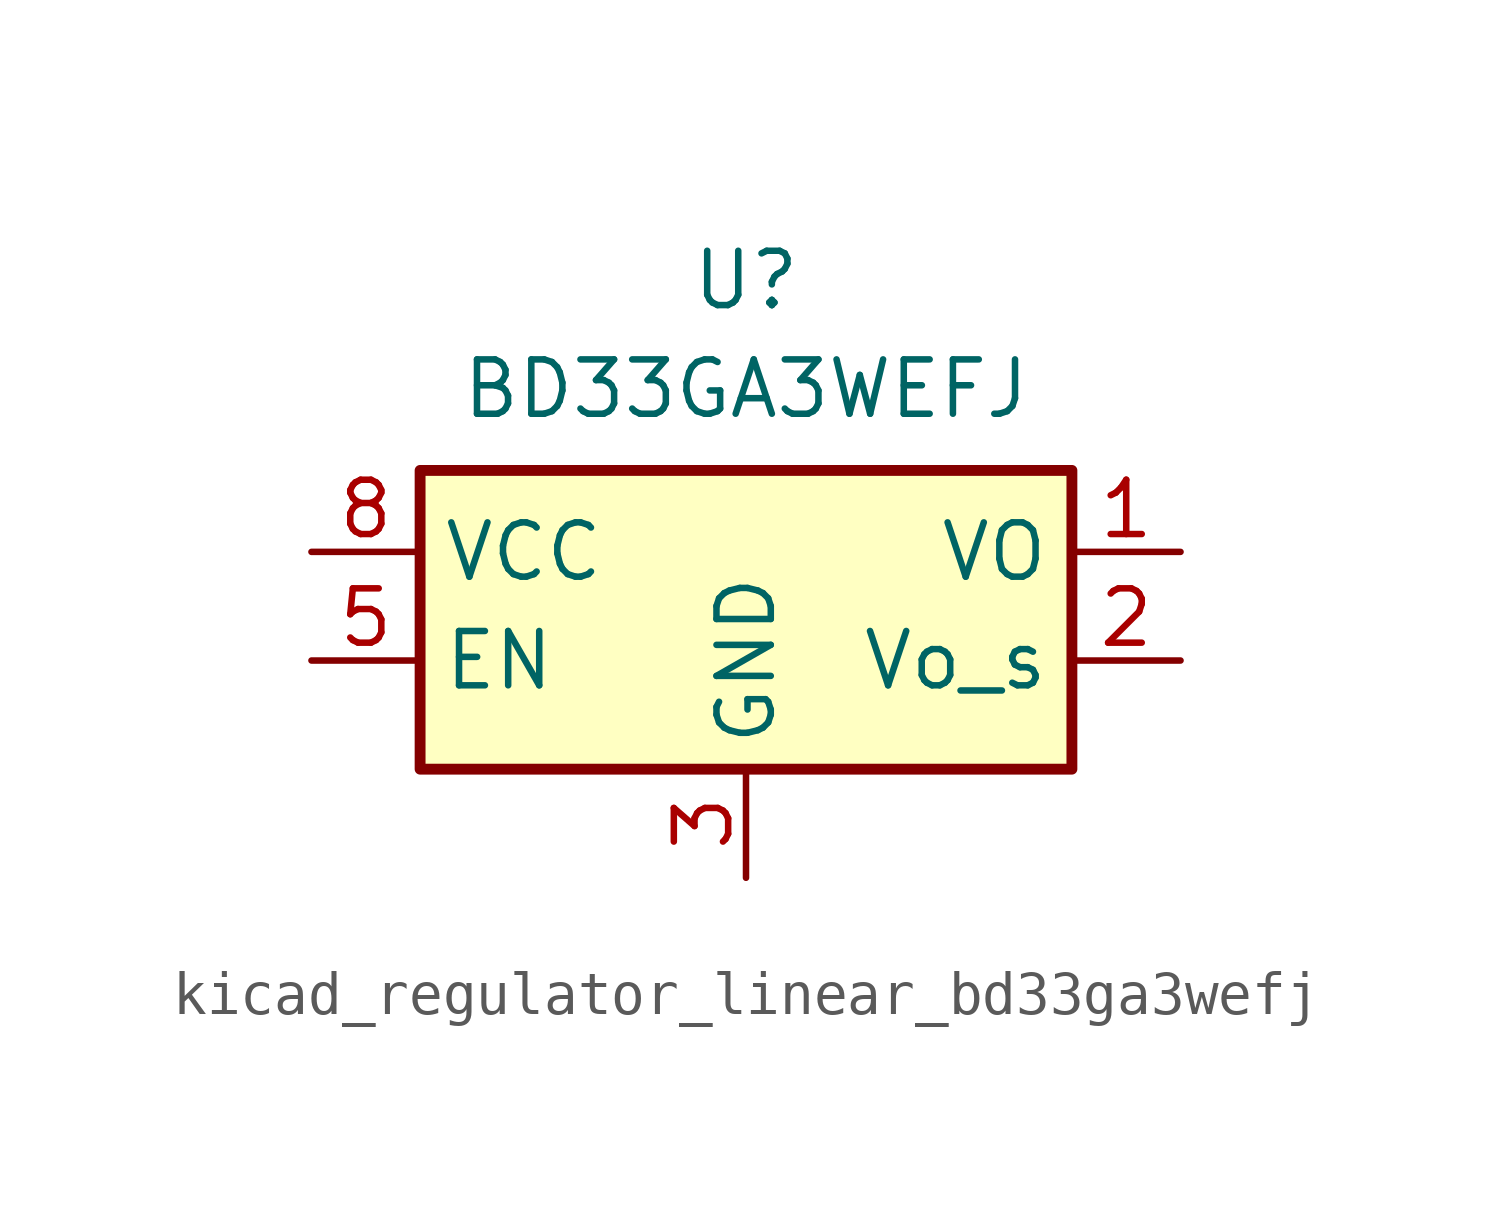
<source format=kicad_sym>
(kicad_symbol_lib
  (version 20220914)
  (generator kicad_symbol_editor)
  (symbol "kicad_regulator_linear_bd33ga3wefj"
    (property "Reference" "U"
      (at 0 6.35 0)
      (effects (font (size 1.27 1.27))))
    (property "Value" "BD33GA3WEFJ"
      (at 0 3.81 0)
      (effects (font (size 1.27 1.27))))
    (symbol "kicad_regulator_linear_bd33ga3wefj_1_1"
      (rectangle (start -7.62 -5.08) (end 7.62 1.905) (stroke (width 0.254) (type default)) (fill (type background)))
      (pin power_out line (at 10.16 0 180) (length 2.54) (name "VO" (effects (font (size 1.27 1.27)))) (number "1" (effects (font (size 1.27 1.27)))))
      (pin input line (at 10.16 -2.54 180) (length 2.54) (name "Vo_s" (effects (font (size 1.27 1.27)))) (number "2" (effects (font (size 1.27 1.27)))))
      (pin power_in line (at 0 -7.62 90) (length 2.54) (name "GND" (effects (font (size 1.27 1.27)))) (number "3" (effects (font (size 1.27 1.27)))))
      (pin passive line (at 0 -7.62 90) (length 2.54) hide (name "GND" (effects (font (size 1.27 1.27)))) (number "4" (effects (font (size 1.27 1.27)))))
      (pin input line (at -10.16 -2.54 0) (length 2.54) (name "EN" (effects (font (size 1.27 1.27)))) (number "5" (effects (font (size 1.27 1.27)))))
      (pin passive line (at 0 -7.62 90) (length 2.54) hide (name "GND" (effects (font (size 1.27 1.27)))) (number "6" (effects (font (size 1.27 1.27)))))
      (pin passive line (at 0 -7.62 90) (length 2.54) hide (name "GND" (effects (font (size 1.27 1.27)))) (number "7" (effects (font (size 1.27 1.27)))))
      (pin power_in line (at -10.16 0 0) (length 2.54) (name "VCC" (effects (font (size 1.27 1.27)))) (number "8" (effects (font (size 1.27 1.27)))))
      (pin passive line (at 0 -7.62 90) (length 2.54) hide (name "GND" (effects (font (size 1.27 1.27)))) (number "9" (effects (font (size 1.27 1.27))))))))
</source>
